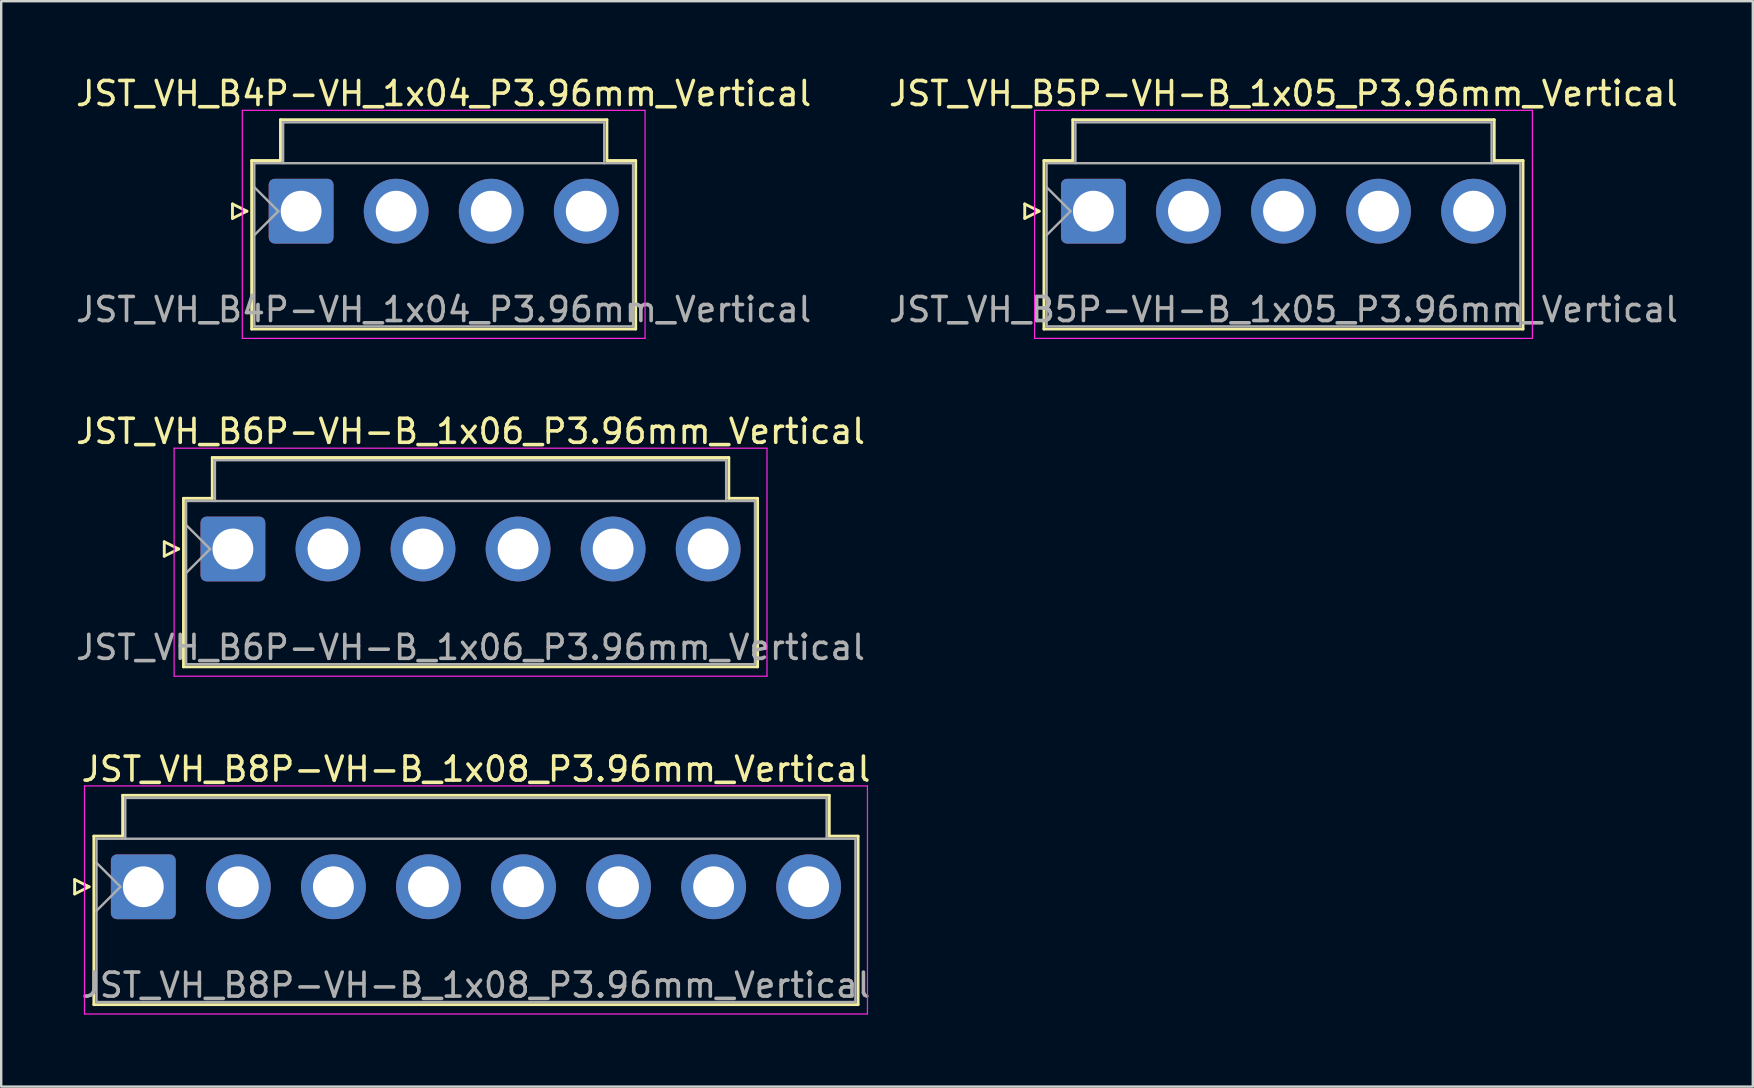
<source format=kicad_pcb>
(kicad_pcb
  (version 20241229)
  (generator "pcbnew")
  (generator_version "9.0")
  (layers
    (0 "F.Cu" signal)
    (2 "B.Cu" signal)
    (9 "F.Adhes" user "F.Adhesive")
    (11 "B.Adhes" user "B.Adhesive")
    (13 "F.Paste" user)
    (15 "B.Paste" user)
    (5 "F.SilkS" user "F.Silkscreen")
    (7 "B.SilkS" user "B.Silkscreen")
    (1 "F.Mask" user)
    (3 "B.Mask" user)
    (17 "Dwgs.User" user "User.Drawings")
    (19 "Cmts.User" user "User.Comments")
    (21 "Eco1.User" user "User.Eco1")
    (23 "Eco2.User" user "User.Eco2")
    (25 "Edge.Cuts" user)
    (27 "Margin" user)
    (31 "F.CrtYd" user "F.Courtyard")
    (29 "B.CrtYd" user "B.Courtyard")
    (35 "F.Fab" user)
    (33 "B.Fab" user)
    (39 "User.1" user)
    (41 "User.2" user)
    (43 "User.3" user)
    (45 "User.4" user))
  (footprint "JST_VH_B8P-VH-B_1x08_P3.96mm_Vertical"
    (layer "F.Cu")
    (at 2.92 33.895)
    (property "Reference" "JST_VH_B8P-VH-B_1x08_P3.96mm_Vertical" (at 13.86 -4.9 0) (layer "F.SilkS") (effects (font (size 1 1) (thickness 0.15))))
    (attr through_hole)
    (fp_line (start -2.86 -0.3) (end -2.26 0) (stroke (width 0.12) (type solid)) (layer "F.SilkS"))
    (fp_line (start -2.86 0.3) (end -2.86 -0.3) (stroke (width 0.12) (type solid)) (layer "F.SilkS"))
    (fp_line (start -2.26 0) (end -2.86 0.3) (stroke (width 0.12) (type solid)) (layer "F.SilkS"))
    (fp_line (start -2.06 -2.11) (end -0.86 -2.11) (stroke (width 0.12) (type solid)) (layer "F.SilkS"))
    (fp_line (start -2.06 4.91) (end -2.06 -2.11) (stroke (width 0.12) (type solid)) (layer "F.SilkS"))
    (fp_line (start -0.86 -3.81) (end 28.58 -3.81) (stroke (width 0.12) (type solid)) (layer "F.SilkS"))
    (fp_line (start -0.86 -2.11) (end -0.86 -3.81) (stroke (width 0.12) (type solid)) (layer "F.SilkS"))
    (fp_line (start 28.58 -3.81) (end 28.58 -2.11) (stroke (width 0.12) (type solid)) (layer "F.SilkS"))
    (fp_line (start 28.58 -2.11) (end 29.78 -2.11) (stroke (width 0.12) (type solid)) (layer "F.SilkS"))
    (fp_line (start 29.78 -2.11) (end 29.78 4.91) (stroke (width 0.12) (type solid)) (layer "F.SilkS"))
    (fp_line (start 29.78 4.91) (end -2.06 4.91) (stroke (width 0.12) (type solid)) (layer "F.SilkS"))
    (fp_line (start -2.45 -4.2) (end -2.45 5.3) (stroke (width 0.05) (type solid)) (layer "F.CrtYd"))
    (fp_line (start -2.45 5.3) (end 30.17 5.3) (stroke (width 0.05) (type solid)) (layer "F.CrtYd"))
    (fp_line (start 30.17 -4.2) (end -2.45 -4.2) (stroke (width 0.05) (type solid)) (layer "F.CrtYd"))
    (fp_line (start 30.17 5.3) (end 30.17 -4.2) (stroke (width 0.05) (type solid)) (layer "F.CrtYd"))
    (fp_line (start -1.95 -2) (end -1.95 4.8) (stroke (width 0.1) (type solid)) (layer "F.Fab"))
    (fp_line (start -1.95 -1) (end -0.95 0) (stroke (width 0.1) (type solid)) (layer "F.Fab"))
    (fp_line (start -1.95 1) (end -0.95 0) (stroke (width 0.1) (type solid)) (layer "F.Fab"))
    (fp_line (start -1.95 4.8) (end 29.67 4.8) (stroke (width 0.1) (type solid)) (layer "F.Fab"))
    (fp_line (start -0.75 -3.7) (end 28.47 -3.7) (stroke (width 0.1) (type solid)) (layer "F.Fab"))
    (fp_line (start -0.75 -2) (end -0.75 -3.7) (stroke (width 0.1) (type solid)) (layer "F.Fab"))
    (fp_line (start 28.47 -3.7) (end 28.47 -2) (stroke (width 0.1) (type solid)) (layer "F.Fab"))
    (fp_line (start 29.67 -2) (end -1.95 -2) (stroke (width 0.1) (type solid)) (layer "F.Fab"))
    (fp_line (start 29.67 4.8) (end 29.67 -2) (stroke (width 0.1) (type solid)) (layer "F.Fab"))
    (fp_text user "${REFERENCE}" (at 13.86 4.1 0) (layer "F.Fab") (effects (font (size 1 1) (thickness 0.15))))
    (pad "1" thru_hole roundrect (at 0 0) (size 2.7 2.7) (drill 1.7) (layers "*.Cu" "*.Mask") (roundrect_rratio 0.093))
    (pad "2" thru_hole circle (at 3.96 0) (size 2.7 2.7) (drill 1.7) (layers "*.Cu" "*.Mask"))
    (pad "3" thru_hole circle (at 7.92 0) (size 2.7 2.7) (drill 1.7) (layers "*.Cu" "*.Mask"))
    (pad "4" thru_hole circle (at 11.88 0) (size 2.7 2.7) (drill 1.7) (layers "*.Cu" "*.Mask"))
    (pad "5" thru_hole circle (at 15.84 0) (size 2.7 2.7) (drill 1.7) (layers "*.Cu" "*.Mask"))
    (pad "6" thru_hole circle (at 19.8 0) (size 2.7 2.7) (drill 1.7) (layers "*.Cu" "*.Mask"))
    (pad "7" thru_hole circle (at 23.76 0) (size 2.7 2.7) (drill 1.7) (layers "*.Cu" "*.Mask"))
    (pad "8" thru_hole circle (at 27.72 0) (size 2.7 2.7) (drill 1.7) (layers "*.Cu" "*.Mask")))
  (footprint "JST_VH_B5P-VH-B_1x05_P3.96mm_Vertical"
    (layer "F.Cu")
    (at 42.503 5.748)
    (property "Reference" "JST_VH_B5P-VH-B_1x05_P3.96mm_Vertical" (at 7.92 -4.9 0) (layer "F.SilkS") (effects (font (size 1 1) (thickness 0.15))))
    (attr through_hole)
    (fp_line (start -2.86 -0.3) (end -2.26 0) (stroke (width 0.12) (type solid)) (layer "F.SilkS"))
    (fp_line (start -2.86 0.3) (end -2.86 -0.3) (stroke (width 0.12) (type solid)) (layer "F.SilkS"))
    (fp_line (start -2.26 0) (end -2.86 0.3) (stroke (width 0.12) (type solid)) (layer "F.SilkS"))
    (fp_line (start -2.06 -2.11) (end -0.86 -2.11) (stroke (width 0.12) (type solid)) (layer "F.SilkS"))
    (fp_line (start -2.06 4.91) (end -2.06 -2.11) (stroke (width 0.12) (type solid)) (layer "F.SilkS"))
    (fp_line (start -0.86 -3.81) (end 16.7 -3.81) (stroke (width 0.12) (type solid)) (layer "F.SilkS"))
    (fp_line (start -0.86 -2.11) (end -0.86 -3.81) (stroke (width 0.12) (type solid)) (layer "F.SilkS"))
    (fp_line (start 16.7 -3.81) (end 16.7 -2.11) (stroke (width 0.12) (type solid)) (layer "F.SilkS"))
    (fp_line (start 16.7 -2.11) (end 17.9 -2.11) (stroke (width 0.12) (type solid)) (layer "F.SilkS"))
    (fp_line (start 17.9 -2.11) (end 17.9 4.91) (stroke (width 0.12) (type solid)) (layer "F.SilkS"))
    (fp_line (start 17.9 4.91) (end -2.06 4.91) (stroke (width 0.12) (type solid)) (layer "F.SilkS"))
    (fp_line (start -2.45 -4.2) (end -2.45 5.3) (stroke (width 0.05) (type solid)) (layer "F.CrtYd"))
    (fp_line (start -2.45 5.3) (end 18.29 5.3) (stroke (width 0.05) (type solid)) (layer "F.CrtYd"))
    (fp_line (start 18.29 -4.2) (end -2.45 -4.2) (stroke (width 0.05) (type solid)) (layer "F.CrtYd"))
    (fp_line (start 18.29 5.3) (end 18.29 -4.2) (stroke (width 0.05) (type solid)) (layer "F.CrtYd"))
    (fp_line (start -1.95 -2) (end -1.95 4.8) (stroke (width 0.1) (type solid)) (layer "F.Fab"))
    (fp_line (start -1.95 -1) (end -0.95 0) (stroke (width 0.1) (type solid)) (layer "F.Fab"))
    (fp_line (start -1.95 1) (end -0.95 0) (stroke (width 0.1) (type solid)) (layer "F.Fab"))
    (fp_line (start -1.95 4.8) (end 17.79 4.8) (stroke (width 0.1) (type solid)) (layer "F.Fab"))
    (fp_line (start -0.75 -3.7) (end 16.59 -3.7) (stroke (width 0.1) (type solid)) (layer "F.Fab"))
    (fp_line (start -0.75 -2) (end -0.75 -3.7) (stroke (width 0.1) (type solid)) (layer "F.Fab"))
    (fp_line (start 16.59 -3.7) (end 16.59 -2) (stroke (width 0.1) (type solid)) (layer "F.Fab"))
    (fp_line (start 17.79 -2) (end -1.95 -2) (stroke (width 0.1) (type solid)) (layer "F.Fab"))
    (fp_line (start 17.79 4.8) (end 17.79 -2) (stroke (width 0.1) (type solid)) (layer "F.Fab"))
    (fp_text user "${REFERENCE}" (at 7.92 4.1 0) (layer "F.Fab") (effects (font (size 1 1) (thickness 0.15))))
    (pad "1" thru_hole roundrect (at 0 0) (size 2.7 2.7) (drill 1.7) (layers "*.Cu" "*.Mask") (roundrect_rratio 0.093))
    (pad "2" thru_hole circle (at 3.96 0) (size 2.7 2.7) (drill 1.7) (layers "*.Cu" "*.Mask"))
    (pad "3" thru_hole circle (at 7.92 0) (size 2.7 2.7) (drill 1.7) (layers "*.Cu" "*.Mask"))
    (pad "4" thru_hole circle (at 11.88 0) (size 2.7 2.7) (drill 1.7) (layers "*.Cu" "*.Mask"))
    (pad "5" thru_hole circle (at 15.84 0) (size 2.7 2.7) (drill 1.7) (layers "*.Cu" "*.Mask")))
  (footprint "JST_VH_B6P-VH-B_1x06_P3.96mm_Vertical"
    (layer "F.Cu")
    (at 6.654 19.822)
    (property "Reference" "JST_VH_B6P-VH-B_1x06_P3.96mm_Vertical" (at 9.9 -4.9 0) (layer "F.SilkS") (effects (font (size 1 1) (thickness 0.15))))
    (attr through_hole)
    (fp_line (start -2.86 -0.3) (end -2.26 0) (stroke (width 0.12) (type solid)) (layer "F.SilkS"))
    (fp_line (start -2.86 0.3) (end -2.86 -0.3) (stroke (width 0.12) (type solid)) (layer "F.SilkS"))
    (fp_line (start -2.26 0) (end -2.86 0.3) (stroke (width 0.12) (type solid)) (layer "F.SilkS"))
    (fp_line (start -2.06 -2.11) (end -0.86 -2.11) (stroke (width 0.12) (type solid)) (layer "F.SilkS"))
    (fp_line (start -2.06 4.91) (end -2.06 -2.11) (stroke (width 0.12) (type solid)) (layer "F.SilkS"))
    (fp_line (start -0.86 -3.81) (end 20.66 -3.81) (stroke (width 0.12) (type solid)) (layer "F.SilkS"))
    (fp_line (start -0.86 -2.11) (end -0.86 -3.81) (stroke (width 0.12) (type solid)) (layer "F.SilkS"))
    (fp_line (start 20.66 -3.81) (end 20.66 -2.11) (stroke (width 0.12) (type solid)) (layer "F.SilkS"))
    (fp_line (start 20.66 -2.11) (end 21.86 -2.11) (stroke (width 0.12) (type solid)) (layer "F.SilkS"))
    (fp_line (start 21.86 -2.11) (end 21.86 4.91) (stroke (width 0.12) (type solid)) (layer "F.SilkS"))
    (fp_line (start 21.86 4.91) (end -2.06 4.91) (stroke (width 0.12) (type solid)) (layer "F.SilkS"))
    (fp_line (start -2.45 -4.2) (end -2.45 5.3) (stroke (width 0.05) (type solid)) (layer "F.CrtYd"))
    (fp_line (start -2.45 5.3) (end 22.25 5.3) (stroke (width 0.05) (type solid)) (layer "F.CrtYd"))
    (fp_line (start 22.25 -4.2) (end -2.45 -4.2) (stroke (width 0.05) (type solid)) (layer "F.CrtYd"))
    (fp_line (start 22.25 5.3) (end 22.25 -4.2) (stroke (width 0.05) (type solid)) (layer "F.CrtYd"))
    (fp_line (start -1.95 -2) (end -1.95 4.8) (stroke (width 0.1) (type solid)) (layer "F.Fab"))
    (fp_line (start -1.95 -1) (end -0.95 0) (stroke (width 0.1) (type solid)) (layer "F.Fab"))
    (fp_line (start -1.95 1) (end -0.95 0) (stroke (width 0.1) (type solid)) (layer "F.Fab"))
    (fp_line (start -1.95 4.8) (end 21.75 4.8) (stroke (width 0.1) (type solid)) (layer "F.Fab"))
    (fp_line (start -0.75 -3.7) (end 20.55 -3.7) (stroke (width 0.1) (type solid)) (layer "F.Fab"))
    (fp_line (start -0.75 -2) (end -0.75 -3.7) (stroke (width 0.1) (type solid)) (layer "F.Fab"))
    (fp_line (start 20.55 -3.7) (end 20.55 -2) (stroke (width 0.1) (type solid)) (layer "F.Fab"))
    (fp_line (start 21.75 -2) (end -1.95 -2) (stroke (width 0.1) (type solid)) (layer "F.Fab"))
    (fp_line (start 21.75 4.8) (end 21.75 -2) (stroke (width 0.1) (type solid)) (layer "F.Fab"))
    (fp_text user "${REFERENCE}" (at 9.9 4.1 0) (layer "F.Fab") (effects (font (size 1 1) (thickness 0.15))))
    (pad "1" thru_hole roundrect (at 0 0) (size 2.7 2.7) (drill 1.7) (layers "*.Cu" "*.Mask") (roundrect_rratio 0.093))
    (pad "2" thru_hole circle (at 3.96 0) (size 2.7 2.7) (drill 1.7) (layers "*.Cu" "*.Mask"))
    (pad "3" thru_hole circle (at 7.92 0) (size 2.7 2.7) (drill 1.7) (layers "*.Cu" "*.Mask"))
    (pad "4" thru_hole circle (at 11.88 0) (size 2.7 2.7) (drill 1.7) (layers "*.Cu" "*.Mask"))
    (pad "5" thru_hole circle (at 15.84 0) (size 2.7 2.7) (drill 1.7) (layers "*.Cu" "*.Mask"))
    (pad "6" thru_hole circle (at 19.8 0) (size 2.7 2.7) (drill 1.7) (layers "*.Cu" "*.Mask")))
  (footprint "JST_VH_B4P-VH_1x04_P3.96mm_Vertical"
    (layer "F.Cu")
    (at 9.495 5.748)
    (property "Reference" "JST_VH_B4P-VH_1x04_P3.96mm_Vertical" (at 5.94 -4.9 0) (layer "F.SilkS") (effects (font (size 1 1) (thickness 0.15))))
    (attr through_hole)
    (fp_line (start -2.86 -0.3) (end -2.26 0) (stroke (width 0.12) (type solid)) (layer "F.SilkS"))
    (fp_line (start -2.86 0.3) (end -2.86 -0.3) (stroke (width 0.12) (type solid)) (layer "F.SilkS"))
    (fp_line (start -2.26 0) (end -2.86 0.3) (stroke (width 0.12) (type solid)) (layer "F.SilkS"))
    (fp_line (start -2.06 -2.11) (end -0.86 -2.11) (stroke (width 0.12) (type solid)) (layer "F.SilkS"))
    (fp_line (start -2.06 4.91) (end -2.06 -2.11) (stroke (width 0.12) (type solid)) (layer "F.SilkS"))
    (fp_line (start -0.86 -3.81) (end 12.74 -3.81) (stroke (width 0.12) (type solid)) (layer "F.SilkS"))
    (fp_line (start -0.86 -2.11) (end -0.86 -3.81) (stroke (width 0.12) (type solid)) (layer "F.SilkS"))
    (fp_line (start 12.74 -3.81) (end 12.74 -2.11) (stroke (width 0.12) (type solid)) (layer "F.SilkS"))
    (fp_line (start 12.74 -2.11) (end 13.94 -2.11) (stroke (width 0.12) (type solid)) (layer "F.SilkS"))
    (fp_line (start 13.94 -2.11) (end 13.94 4.91) (stroke (width 0.12) (type solid)) (layer "F.SilkS"))
    (fp_line (start 13.94 4.91) (end -2.06 4.91) (stroke (width 0.12) (type solid)) (layer "F.SilkS"))
    (fp_line (start -2.45 -4.2) (end -2.45 5.3) (stroke (width 0.05) (type solid)) (layer "F.CrtYd"))
    (fp_line (start -2.45 5.3) (end 14.33 5.3) (stroke (width 0.05) (type solid)) (layer "F.CrtYd"))
    (fp_line (start 14.33 -4.2) (end -2.45 -4.2) (stroke (width 0.05) (type solid)) (layer "F.CrtYd"))
    (fp_line (start 14.33 5.3) (end 14.33 -4.2) (stroke (width 0.05) (type solid)) (layer "F.CrtYd"))
    (fp_line (start -1.95 -2) (end -1.95 4.8) (stroke (width 0.1) (type solid)) (layer "F.Fab"))
    (fp_line (start -1.95 -1) (end -0.95 0) (stroke (width 0.1) (type solid)) (layer "F.Fab"))
    (fp_line (start -1.95 1) (end -0.95 0) (stroke (width 0.1) (type solid)) (layer "F.Fab"))
    (fp_line (start -1.95 4.8) (end 13.83 4.8) (stroke (width 0.1) (type solid)) (layer "F.Fab"))
    (fp_line (start -0.75 -3.7) (end 12.63 -3.7) (stroke (width 0.1) (type solid)) (layer "F.Fab"))
    (fp_line (start -0.75 -2) (end -0.75 -3.7) (stroke (width 0.1) (type solid)) (layer "F.Fab"))
    (fp_line (start 12.63 -3.7) (end 12.63 -2) (stroke (width 0.1) (type solid)) (layer "F.Fab"))
    (fp_line (start 13.83 -2) (end -1.95 -2) (stroke (width 0.1) (type solid)) (layer "F.Fab"))
    (fp_line (start 13.83 4.8) (end 13.83 -2) (stroke (width 0.1) (type solid)) (layer "F.Fab"))
    (fp_text user "${REFERENCE}" (at 5.94 4.1 0) (layer "F.Fab") (effects (font (size 1 1) (thickness 0.15))))
    (pad "1" thru_hole roundrect (at 0 0) (size 2.7 2.7) (drill 1.7) (layers "*.Cu" "*.Mask") (roundrect_rratio 0.093))
    (pad "2" thru_hole circle (at 3.96 0) (size 2.7 2.7) (drill 1.7) (layers "*.Cu" "*.Mask"))
    (pad "3" thru_hole circle (at 7.92 0) (size 2.7 2.7) (drill 1.7) (layers "*.Cu" "*.Mask"))
    (pad "4" thru_hole circle (at 11.88 0) (size 2.7 2.7) (drill 1.7) (layers "*.Cu" "*.Mask")))
  (gr_rect
    (start -3 -3)
    (end 69.976 42.22)
    (stroke (width 0.1) (type default))
    (fill no)
    (layer "Edge.Cuts")))
</source>
